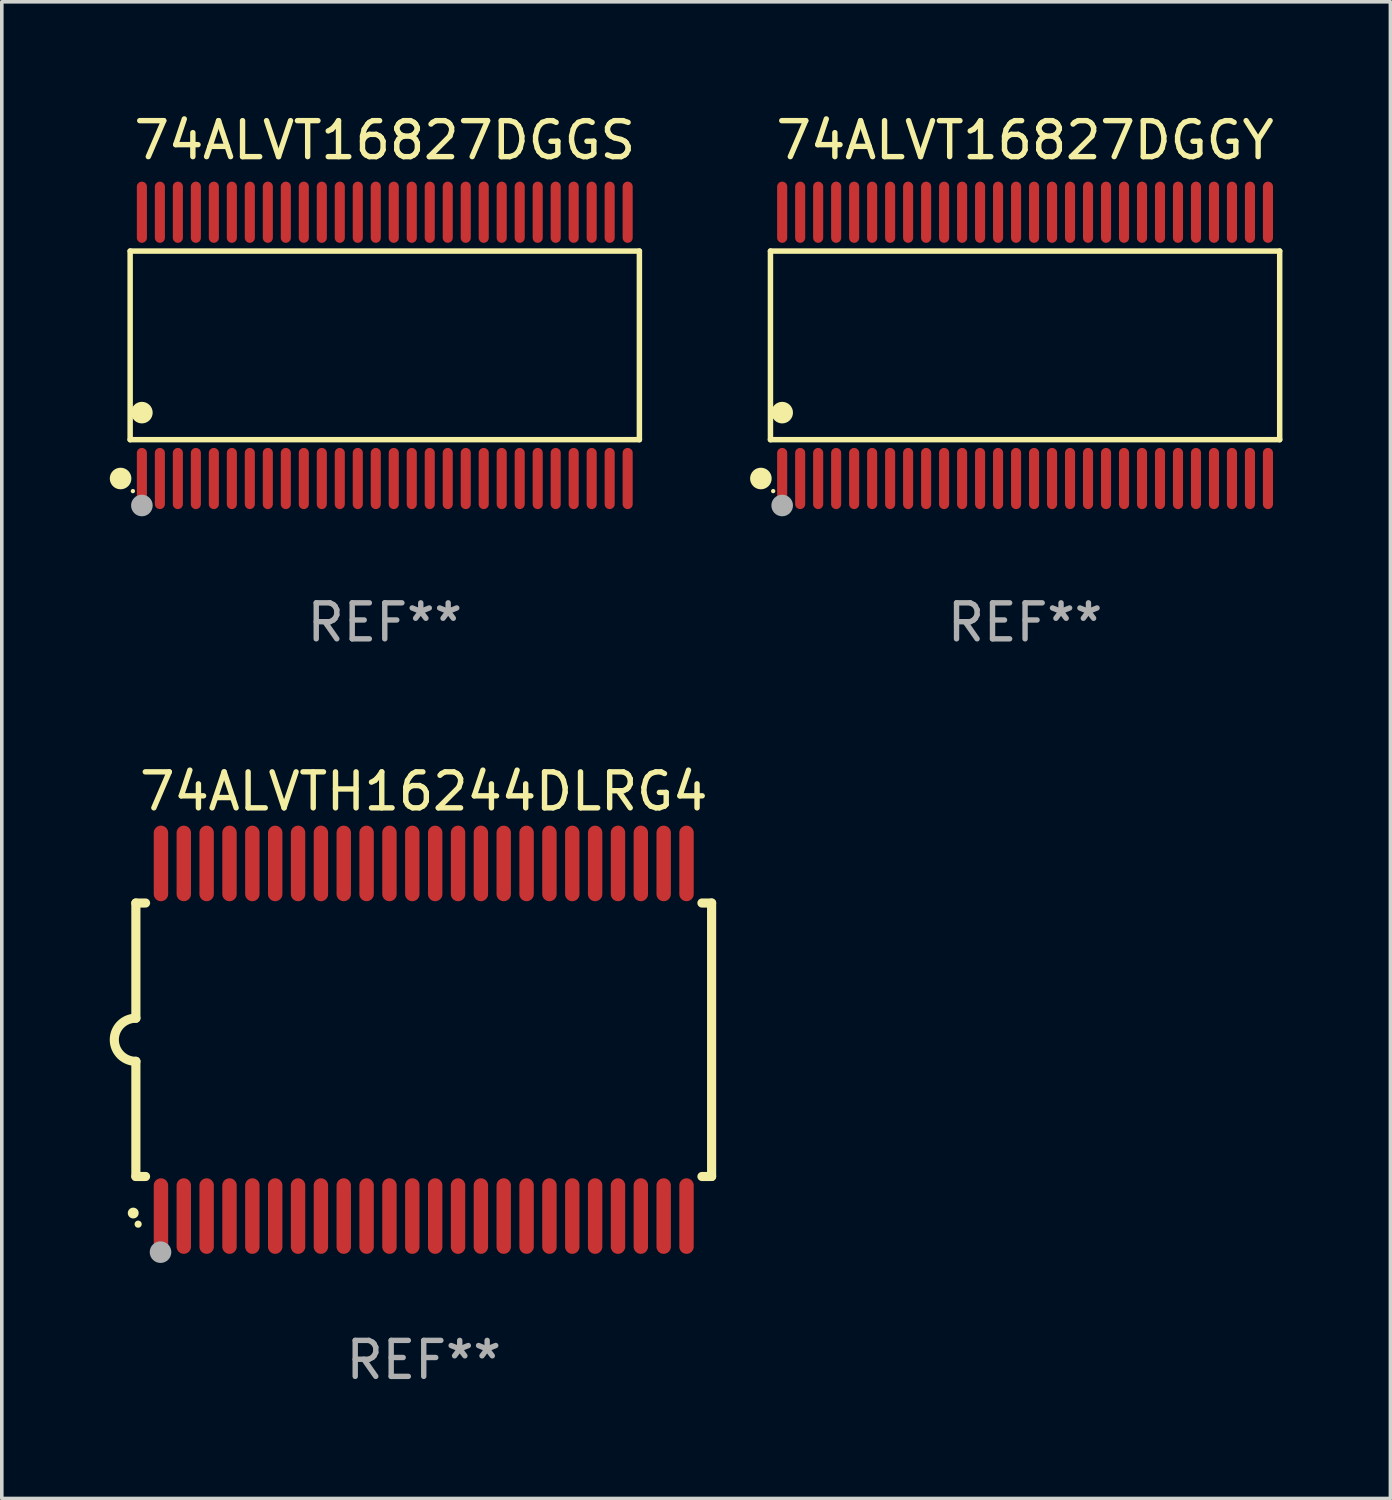
<source format=kicad_pcb>
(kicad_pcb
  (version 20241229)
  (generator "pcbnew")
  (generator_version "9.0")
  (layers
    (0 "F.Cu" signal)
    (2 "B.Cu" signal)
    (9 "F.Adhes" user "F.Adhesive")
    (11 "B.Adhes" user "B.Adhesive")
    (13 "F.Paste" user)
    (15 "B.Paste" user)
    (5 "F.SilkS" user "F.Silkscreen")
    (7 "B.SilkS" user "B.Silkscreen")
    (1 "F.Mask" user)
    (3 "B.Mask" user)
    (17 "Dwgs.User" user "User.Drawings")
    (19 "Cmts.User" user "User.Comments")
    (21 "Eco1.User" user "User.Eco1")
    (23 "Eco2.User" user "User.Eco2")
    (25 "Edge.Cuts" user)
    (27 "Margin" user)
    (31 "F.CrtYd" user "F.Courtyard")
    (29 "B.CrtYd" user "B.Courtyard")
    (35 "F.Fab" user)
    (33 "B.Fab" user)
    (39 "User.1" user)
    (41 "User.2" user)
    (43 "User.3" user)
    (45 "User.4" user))
  (footprint "74ALVTH16244DLRG4"
    (layer "F.Cu")
    (at 8.726 25.845)
    (property "Reference" "74ALVTH16244DLRG4" (at 0 -6.9 0) (layer "F.SilkS") (effects (font (size 1 1) (thickness 0.15))))
    (attr through_hole)
    (fp_line (start -8 -3.8) (end -8 -0.599) (stroke (width 0.254) (type solid)) (layer "F.SilkS"))
    (fp_line (start -8 -3.8) (end -7.731 -3.8) (stroke (width 0.254) (type solid)) (layer "F.SilkS"))
    (fp_line (start -8 3.8) (end -8 0.599) (stroke (width 0.254) (type solid)) (layer "F.SilkS"))
    (fp_line (start -7.731 3.8) (end -8 3.8) (stroke (width 0.254) (type solid)) (layer "F.SilkS"))
    (fp_line (start 7.731 -3.8) (end 8 -3.8) (stroke (width 0.254) (type solid)) (layer "F.SilkS"))
    (fp_line (start 8 -3.8) (end 8 3.8) (stroke (width 0.254) (type solid)) (layer "F.SilkS"))
    (fp_line (start 8 3.8) (end 7.731 3.8) (stroke (width 0.254) (type solid)) (layer "F.SilkS"))
    (fp_arc (start -8.074676 4.81585) (mid -8.073406 4.815845) (end -8.072136 4.81585) (stroke (width 0.3) (type solid)) (layer "F.SilkS"))
    (fp_arc (start -8.000025 0.6) (mid -8.598908 0.00056) (end -8.000027 -0.598882) (stroke (width 0.254001) (type solid)) (layer "F.SilkS"))
    (fp_circle (center -7.937 5.125) (end -7.887 5.125) (stroke (width 0.1) (type solid)) (fill no) (layer "F.SilkS"))
    (fp_circle (center -7.315 5.903) (end -7.165 5.903) (stroke (width 0.3) (type solid)) (fill no) (layer "F.Fab"))
    (fp_text user "REF**" (at 0 8.9 0) (layer "F.Fab") (effects (font (size 1 1) (thickness 0.15))))
    (pad "1" smd oval (at -7.303 4.9) (size 0.4 2.1) (layers "F.Cu" "F.Mask" "F.Paste"))
    (pad "2" smd oval (at -6.668 4.9) (size 0.4 2.1) (layers "F.Cu" "F.Mask" "F.Paste"))
    (pad "3" smd oval (at -6.033 4.9) (size 0.4 2.1) (layers "F.Cu" "F.Mask" "F.Paste"))
    (pad "4" smd oval (at -5.398 4.9) (size 0.4 2.1) (layers "F.Cu" "F.Mask" "F.Paste"))
    (pad "5" smd oval (at -4.763 4.9) (size 0.4 2.1) (layers "F.Cu" "F.Mask" "F.Paste"))
    (pad "6" smd oval (at -4.128 4.9) (size 0.4 2.1) (layers "F.Cu" "F.Mask" "F.Paste"))
    (pad "7" smd oval (at -3.493 4.9) (size 0.4 2.1) (layers "F.Cu" "F.Mask" "F.Paste"))
    (pad "8" smd oval (at -2.858 4.9) (size 0.4 2.1) (layers "F.Cu" "F.Mask" "F.Paste"))
    (pad "9" smd oval (at -2.223 4.9) (size 0.4 2.1) (layers "F.Cu" "F.Mask" "F.Paste"))
    (pad "10" smd oval (at -1.588 4.9) (size 0.4 2.1) (layers "F.Cu" "F.Mask" "F.Paste"))
    (pad "11" smd oval (at -0.953 4.9) (size 0.4 2.1) (layers "F.Cu" "F.Mask" "F.Paste"))
    (pad "12" smd oval (at -0.318 4.9) (size 0.4 2.1) (layers "F.Cu" "F.Mask" "F.Paste"))
    (pad "13" smd oval (at 0.318 4.9) (size 0.4 2.1) (layers "F.Cu" "F.Mask" "F.Paste"))
    (pad "14" smd oval (at 0.953 4.9) (size 0.4 2.1) (layers "F.Cu" "F.Mask" "F.Paste"))
    (pad "15" smd oval (at 1.588 4.9) (size 0.4 2.1) (layers "F.Cu" "F.Mask" "F.Paste"))
    (pad "16" smd oval (at 2.223 4.9) (size 0.4 2.1) (layers "F.Cu" "F.Mask" "F.Paste"))
    (pad "17" smd oval (at 2.858 4.9) (size 0.4 2.1) (layers "F.Cu" "F.Mask" "F.Paste"))
    (pad "18" smd oval (at 3.493 4.9) (size 0.4 2.1) (layers "F.Cu" "F.Mask" "F.Paste"))
    (pad "19" smd oval (at 4.128 4.9) (size 0.4 2.1) (layers "F.Cu" "F.Mask" "F.Paste"))
    (pad "20" smd oval (at 4.763 4.9) (size 0.4 2.1) (layers "F.Cu" "F.Mask" "F.Paste"))
    (pad "21" smd oval (at 5.398 4.9) (size 0.4 2.1) (layers "F.Cu" "F.Mask" "F.Paste"))
    (pad "22" smd oval (at 6.033 4.9) (size 0.4 2.1) (layers "F.Cu" "F.Mask" "F.Paste"))
    (pad "23" smd oval (at 6.668 4.9) (size 0.4 2.1) (layers "F.Cu" "F.Mask" "F.Paste"))
    (pad "24" smd oval (at 7.303 4.9) (size 0.4 2.1) (layers "F.Cu" "F.Mask" "F.Paste"))
    (pad "25" smd oval (at 7.303 -4.9 180) (size 0.4 2.1) (layers "F.Cu" "F.Mask" "F.Paste"))
    (pad "26" smd oval (at 6.668 -4.9 180) (size 0.4 2.1) (layers "F.Cu" "F.Mask" "F.Paste"))
    (pad "27" smd oval (at 6.033 -4.9 180) (size 0.4 2.1) (layers "F.Cu" "F.Mask" "F.Paste"))
    (pad "28" smd oval (at 5.398 -4.9 180) (size 0.4 2.1) (layers "F.Cu" "F.Mask" "F.Paste"))
    (pad "29" smd oval (at 4.763 -4.9 180) (size 0.4 2.1) (layers "F.Cu" "F.Mask" "F.Paste"))
    (pad "30" smd oval (at 4.128 -4.9 180) (size 0.4 2.1) (layers "F.Cu" "F.Mask" "F.Paste"))
    (pad "31" smd oval (at 3.493 -4.9 180) (size 0.4 2.1) (layers "F.Cu" "F.Mask" "F.Paste"))
    (pad "32" smd oval (at 2.858 -4.9 180) (size 0.4 2.1) (layers "F.Cu" "F.Mask" "F.Paste"))
    (pad "33" smd oval (at 2.223 -4.9 180) (size 0.4 2.1) (layers "F.Cu" "F.Mask" "F.Paste"))
    (pad "34" smd oval (at 1.588 -4.9 180) (size 0.4 2.1) (layers "F.Cu" "F.Mask" "F.Paste"))
    (pad "35" smd oval (at 0.953 -4.9 180) (size 0.4 2.1) (layers "F.Cu" "F.Mask" "F.Paste"))
    (pad "36" smd oval (at 0.318 -4.9 180) (size 0.4 2.1) (layers "F.Cu" "F.Mask" "F.Paste"))
    (pad "37" smd oval (at -0.318 -4.9 180) (size 0.4 2.1) (layers "F.Cu" "F.Mask" "F.Paste"))
    (pad "38" smd oval (at -0.953 -4.9 180) (size 0.4 2.1) (layers "F.Cu" "F.Mask" "F.Paste"))
    (pad "39" smd oval (at -1.588 -4.9 180) (size 0.4 2.1) (layers "F.Cu" "F.Mask" "F.Paste"))
    (pad "40" smd oval (at -2.223 -4.9 180) (size 0.4 2.1) (layers "F.Cu" "F.Mask" "F.Paste"))
    (pad "41" smd oval (at -2.858 -4.9 180) (size 0.4 2.1) (layers "F.Cu" "F.Mask" "F.Paste"))
    (pad "42" smd oval (at -3.493 -4.9 180) (size 0.4 2.1) (layers "F.Cu" "F.Mask" "F.Paste"))
    (pad "43" smd oval (at -4.128 -4.9 180) (size 0.4 2.1) (layers "F.Cu" "F.Mask" "F.Paste"))
    (pad "44" smd oval (at -4.763 -4.9 180) (size 0.4 2.1) (layers "F.Cu" "F.Mask" "F.Paste"))
    (pad "45" smd oval (at -5.398 -4.9 180) (size 0.4 2.1) (layers "F.Cu" "F.Mask" "F.Paste"))
    (pad "46" smd oval (at -6.033 -4.9 180) (size 0.4 2.1) (layers "F.Cu" "F.Mask" "F.Paste"))
    (pad "47" smd oval (at -6.668 -4.9 180) (size 0.4 2.1) (layers "F.Cu" "F.Mask" "F.Paste"))
    (pad "48" smd oval (at -7.303 -4.9 180) (size 0.4 2.1) (layers "F.Cu" "F.Mask" "F.Paste")))
  (footprint "74ALVT16827DGGS"
    (layer "F.Cu")
    (at 7.643 6.548)
    (property "Reference" "74ALVT16827DGGS" (at 0 -5.7 0) (layer "F.SilkS") (effects (font (size 1 1) (thickness 0.15))))
    (attr through_hole)
    (fp_line (start -7.076 -2.621) (end 7.076 -2.621) (stroke (width 0.152) (type solid)) (layer "F.SilkS"))
    (fp_line (start -7.076 2.621) (end -7.076 -2.621) (stroke (width 0.152) (type solid)) (layer "F.SilkS"))
    (fp_line (start 7.076 -2.621) (end 7.076 2.621) (stroke (width 0.152) (type solid)) (layer "F.SilkS"))
    (fp_line (start 7.076 2.621) (end -7.076 2.621) (stroke (width 0.152) (type solid)) (layer "F.SilkS"))
    (fp_circle (center -7.342 3.7) (end -7.192 3.7) (stroke (width 0.3) (type solid)) (fill no) (layer "F.SilkS"))
    (fp_circle (center -7 4.05) (end -6.97 4.05) (stroke (width 0.06) (type solid)) (fill no) (layer "F.SilkS"))
    (fp_circle (center -6.75 1.869) (end -6.6 1.869) (stroke (width 0.3) (type solid)) (fill no) (layer "F.SilkS"))
    (fp_circle (center -6.75 4.45) (end -6.6 4.45) (stroke (width 0.3) (type solid)) (fill no) (layer "F.Fab"))
    (fp_text user "REF**" (at 0 7.7 0) (layer "F.Fab") (effects (font (size 1 1) (thickness 0.15))))
    (pad "1" smd oval (at -6.75 3.7) (size 0.28 1.7) (layers "F.Cu" "F.Mask" "F.Paste"))
    (pad "2" smd oval (at -6.25 3.7) (size 0.28 1.7) (layers "F.Cu" "F.Mask" "F.Paste"))
    (pad "3" smd oval (at -5.75 3.7) (size 0.28 1.7) (layers "F.Cu" "F.Mask" "F.Paste"))
    (pad "4" smd oval (at -5.25 3.7) (size 0.28 1.7) (layers "F.Cu" "F.Mask" "F.Paste"))
    (pad "5" smd oval (at -4.75 3.7) (size 0.28 1.7) (layers "F.Cu" "F.Mask" "F.Paste"))
    (pad "6" smd oval (at -4.25 3.7) (size 0.28 1.7) (layers "F.Cu" "F.Mask" "F.Paste"))
    (pad "7" smd oval (at -3.75 3.7) (size 0.28 1.7) (layers "F.Cu" "F.Mask" "F.Paste"))
    (pad "8" smd oval (at -3.25 3.7) (size 0.28 1.7) (layers "F.Cu" "F.Mask" "F.Paste"))
    (pad "9" smd oval (at -2.75 3.7) (size 0.28 1.7) (layers "F.Cu" "F.Mask" "F.Paste"))
    (pad "10" smd oval (at -2.25 3.7) (size 0.28 1.7) (layers "F.Cu" "F.Mask" "F.Paste"))
    (pad "11" smd oval (at -1.75 3.7) (size 0.28 1.7) (layers "F.Cu" "F.Mask" "F.Paste"))
    (pad "12" smd oval (at -1.25 3.7) (size 0.28 1.7) (layers "F.Cu" "F.Mask" "F.Paste"))
    (pad "13" smd oval (at -0.75 3.7) (size 0.28 1.7) (layers "F.Cu" "F.Mask" "F.Paste"))
    (pad "14" smd oval (at -0.25 3.7) (size 0.28 1.7) (layers "F.Cu" "F.Mask" "F.Paste"))
    (pad "15" smd oval (at 0.25 3.7) (size 0.28 1.7) (layers "F.Cu" "F.Mask" "F.Paste"))
    (pad "16" smd oval (at 0.75 3.7) (size 0.28 1.7) (layers "F.Cu" "F.Mask" "F.Paste"))
    (pad "17" smd oval (at 1.25 3.7) (size 0.28 1.7) (layers "F.Cu" "F.Mask" "F.Paste"))
    (pad "18" smd oval (at 1.75 3.7) (size 0.28 1.7) (layers "F.Cu" "F.Mask" "F.Paste"))
    (pad "19" smd oval (at 2.25 3.7) (size 0.28 1.7) (layers "F.Cu" "F.Mask" "F.Paste"))
    (pad "20" smd oval (at 2.75 3.7) (size 0.28 1.7) (layers "F.Cu" "F.Mask" "F.Paste"))
    (pad "21" smd oval (at 3.25 3.7) (size 0.28 1.7) (layers "F.Cu" "F.Mask" "F.Paste"))
    (pad "22" smd oval (at 3.75 3.7) (size 0.28 1.7) (layers "F.Cu" "F.Mask" "F.Paste"))
    (pad "23" smd oval (at 4.25 3.7) (size 0.28 1.7) (layers "F.Cu" "F.Mask" "F.Paste"))
    (pad "24" smd oval (at 4.75 3.7) (size 0.28 1.7) (layers "F.Cu" "F.Mask" "F.Paste"))
    (pad "25" smd oval (at 5.25 3.7) (size 0.28 1.7) (layers "F.Cu" "F.Mask" "F.Paste"))
    (pad "26" smd oval (at 5.75 3.7) (size 0.28 1.7) (layers "F.Cu" "F.Mask" "F.Paste"))
    (pad "27" smd oval (at 6.25 3.7) (size 0.28 1.7) (layers "F.Cu" "F.Mask" "F.Paste"))
    (pad "28" smd oval (at 6.75 3.7) (size 0.28 1.7) (layers "F.Cu" "F.Mask" "F.Paste"))
    (pad "29" smd oval (at 6.75 -3.7) (size 0.28 1.7) (layers "F.Cu" "F.Mask" "F.Paste"))
    (pad "30" smd oval (at 6.25 -3.7) (size 0.28 1.7) (layers "F.Cu" "F.Mask" "F.Paste"))
    (pad "31" smd oval (at 5.75 -3.7) (size 0.28 1.7) (layers "F.Cu" "F.Mask" "F.Paste"))
    (pad "32" smd oval (at 5.25 -3.7) (size 0.28 1.7) (layers "F.Cu" "F.Mask" "F.Paste"))
    (pad "33" smd oval (at 4.75 -3.7) (size 0.28 1.7) (layers "F.Cu" "F.Mask" "F.Paste"))
    (pad "34" smd oval (at 4.25 -3.7) (size 0.28 1.7) (layers "F.Cu" "F.Mask" "F.Paste"))
    (pad "35" smd oval (at 3.75 -3.7) (size 0.28 1.7) (layers "F.Cu" "F.Mask" "F.Paste"))
    (pad "36" smd oval (at 3.25 -3.7) (size 0.28 1.7) (layers "F.Cu" "F.Mask" "F.Paste"))
    (pad "37" smd oval (at 2.75 -3.7) (size 0.28 1.7) (layers "F.Cu" "F.Mask" "F.Paste"))
    (pad "38" smd oval (at 2.25 -3.7) (size 0.28 1.7) (layers "F.Cu" "F.Mask" "F.Paste"))
    (pad "39" smd oval (at 1.75 -3.7) (size 0.28 1.7) (layers "F.Cu" "F.Mask" "F.Paste"))
    (pad "40" smd oval (at 1.25 -3.7) (size 0.28 1.7) (layers "F.Cu" "F.Mask" "F.Paste"))
    (pad "41" smd oval (at 0.75 -3.7) (size 0.28 1.7) (layers "F.Cu" "F.Mask" "F.Paste"))
    (pad "42" smd oval (at 0.25 -3.7) (size 0.28 1.7) (layers "F.Cu" "F.Mask" "F.Paste"))
    (pad "43" smd oval (at -0.25 -3.7) (size 0.28 1.7) (layers "F.Cu" "F.Mask" "F.Paste"))
    (pad "44" smd oval (at -0.75 -3.7) (size 0.28 1.7) (layers "F.Cu" "F.Mask" "F.Paste"))
    (pad "45" smd oval (at -1.25 -3.7) (size 0.28 1.7) (layers "F.Cu" "F.Mask" "F.Paste"))
    (pad "46" smd oval (at -1.75 -3.7) (size 0.28 1.7) (layers "F.Cu" "F.Mask" "F.Paste"))
    (pad "47" smd oval (at -2.25 -3.7) (size 0.28 1.7) (layers "F.Cu" "F.Mask" "F.Paste"))
    (pad "48" smd oval (at -2.75 -3.7) (size 0.28 1.7) (layers "F.Cu" "F.Mask" "F.Paste"))
    (pad "49" smd oval (at -3.25 -3.7) (size 0.28 1.7) (layers "F.Cu" "F.Mask" "F.Paste"))
    (pad "50" smd oval (at -3.75 -3.7) (size 0.28 1.7) (layers "F.Cu" "F.Mask" "F.Paste"))
    (pad "51" smd oval (at -4.25 -3.7) (size 0.28 1.7) (layers "F.Cu" "F.Mask" "F.Paste"))
    (pad "52" smd oval (at -4.75 -3.7) (size 0.28 1.7) (layers "F.Cu" "F.Mask" "F.Paste"))
    (pad "53" smd oval (at -5.25 -3.7) (size 0.28 1.7) (layers "F.Cu" "F.Mask" "F.Paste"))
    (pad "54" smd oval (at -5.75 -3.7) (size 0.28 1.7) (layers "F.Cu" "F.Mask" "F.Paste"))
    (pad "55" smd oval (at -6.25 -3.7) (size 0.28 1.7) (layers "F.Cu" "F.Mask" "F.Paste"))
    (pad "56" smd oval (at -6.75 -3.7) (size 0.28 1.7) (layers "F.Cu" "F.Mask" "F.Paste")))
  (footprint "74ALVT16827DGGY"
    (layer "F.Cu")
    (at 25.437 6.548)
    (property "Reference" "74ALVT16827DGGY" (at 0 -5.7 0) (layer "F.SilkS") (effects (font (size 1 1) (thickness 0.15))))
    (attr through_hole)
    (fp_line (start -7.076 -2.621) (end 7.076 -2.621) (stroke (width 0.152) (type solid)) (layer "F.SilkS"))
    (fp_line (start -7.076 2.621) (end -7.076 -2.621) (stroke (width 0.152) (type solid)) (layer "F.SilkS"))
    (fp_line (start 7.076 -2.621) (end 7.076 2.621) (stroke (width 0.152) (type solid)) (layer "F.SilkS"))
    (fp_line (start 7.076 2.621) (end -7.076 2.621) (stroke (width 0.152) (type solid)) (layer "F.SilkS"))
    (fp_circle (center -7.342 3.7) (end -7.192 3.7) (stroke (width 0.3) (type solid)) (fill no) (layer "F.SilkS"))
    (fp_circle (center -7 4.05) (end -6.97 4.05) (stroke (width 0.06) (type solid)) (fill no) (layer "F.SilkS"))
    (fp_circle (center -6.75 1.869) (end -6.6 1.869) (stroke (width 0.3) (type solid)) (fill no) (layer "F.SilkS"))
    (fp_circle (center -6.75 4.45) (end -6.6 4.45) (stroke (width 0.3) (type solid)) (fill no) (layer "F.Fab"))
    (fp_text user "REF**" (at 0 7.7 0) (layer "F.Fab") (effects (font (size 1 1) (thickness 0.15))))
    (pad "1" smd oval (at -6.75 3.7) (size 0.28 1.7) (layers "F.Cu" "F.Mask" "F.Paste"))
    (pad "2" smd oval (at -6.25 3.7) (size 0.28 1.7) (layers "F.Cu" "F.Mask" "F.Paste"))
    (pad "3" smd oval (at -5.75 3.7) (size 0.28 1.7) (layers "F.Cu" "F.Mask" "F.Paste"))
    (pad "4" smd oval (at -5.25 3.7) (size 0.28 1.7) (layers "F.Cu" "F.Mask" "F.Paste"))
    (pad "5" smd oval (at -4.75 3.7) (size 0.28 1.7) (layers "F.Cu" "F.Mask" "F.Paste"))
    (pad "6" smd oval (at -4.25 3.7) (size 0.28 1.7) (layers "F.Cu" "F.Mask" "F.Paste"))
    (pad "7" smd oval (at -3.75 3.7) (size 0.28 1.7) (layers "F.Cu" "F.Mask" "F.Paste"))
    (pad "8" smd oval (at -3.25 3.7) (size 0.28 1.7) (layers "F.Cu" "F.Mask" "F.Paste"))
    (pad "9" smd oval (at -2.75 3.7) (size 0.28 1.7) (layers "F.Cu" "F.Mask" "F.Paste"))
    (pad "10" smd oval (at -2.25 3.7) (size 0.28 1.7) (layers "F.Cu" "F.Mask" "F.Paste"))
    (pad "11" smd oval (at -1.75 3.7) (size 0.28 1.7) (layers "F.Cu" "F.Mask" "F.Paste"))
    (pad "12" smd oval (at -1.25 3.7) (size 0.28 1.7) (layers "F.Cu" "F.Mask" "F.Paste"))
    (pad "13" smd oval (at -0.75 3.7) (size 0.28 1.7) (layers "F.Cu" "F.Mask" "F.Paste"))
    (pad "14" smd oval (at -0.25 3.7) (size 0.28 1.7) (layers "F.Cu" "F.Mask" "F.Paste"))
    (pad "15" smd oval (at 0.25 3.7) (size 0.28 1.7) (layers "F.Cu" "F.Mask" "F.Paste"))
    (pad "16" smd oval (at 0.75 3.7) (size 0.28 1.7) (layers "F.Cu" "F.Mask" "F.Paste"))
    (pad "17" smd oval (at 1.25 3.7) (size 0.28 1.7) (layers "F.Cu" "F.Mask" "F.Paste"))
    (pad "18" smd oval (at 1.75 3.7) (size 0.28 1.7) (layers "F.Cu" "F.Mask" "F.Paste"))
    (pad "19" smd oval (at 2.25 3.7) (size 0.28 1.7) (layers "F.Cu" "F.Mask" "F.Paste"))
    (pad "20" smd oval (at 2.75 3.7) (size 0.28 1.7) (layers "F.Cu" "F.Mask" "F.Paste"))
    (pad "21" smd oval (at 3.25 3.7) (size 0.28 1.7) (layers "F.Cu" "F.Mask" "F.Paste"))
    (pad "22" smd oval (at 3.75 3.7) (size 0.28 1.7) (layers "F.Cu" "F.Mask" "F.Paste"))
    (pad "23" smd oval (at 4.25 3.7) (size 0.28 1.7) (layers "F.Cu" "F.Mask" "F.Paste"))
    (pad "24" smd oval (at 4.75 3.7) (size 0.28 1.7) (layers "F.Cu" "F.Mask" "F.Paste"))
    (pad "25" smd oval (at 5.25 3.7) (size 0.28 1.7) (layers "F.Cu" "F.Mask" "F.Paste"))
    (pad "26" smd oval (at 5.75 3.7) (size 0.28 1.7) (layers "F.Cu" "F.Mask" "F.Paste"))
    (pad "27" smd oval (at 6.25 3.7) (size 0.28 1.7) (layers "F.Cu" "F.Mask" "F.Paste"))
    (pad "28" smd oval (at 6.75 3.7) (size 0.28 1.7) (layers "F.Cu" "F.Mask" "F.Paste"))
    (pad "29" smd oval (at 6.75 -3.7) (size 0.28 1.7) (layers "F.Cu" "F.Mask" "F.Paste"))
    (pad "30" smd oval (at 6.25 -3.7) (size 0.28 1.7) (layers "F.Cu" "F.Mask" "F.Paste"))
    (pad "31" smd oval (at 5.75 -3.7) (size 0.28 1.7) (layers "F.Cu" "F.Mask" "F.Paste"))
    (pad "32" smd oval (at 5.25 -3.7) (size 0.28 1.7) (layers "F.Cu" "F.Mask" "F.Paste"))
    (pad "33" smd oval (at 4.75 -3.7) (size 0.28 1.7) (layers "F.Cu" "F.Mask" "F.Paste"))
    (pad "34" smd oval (at 4.25 -3.7) (size 0.28 1.7) (layers "F.Cu" "F.Mask" "F.Paste"))
    (pad "35" smd oval (at 3.75 -3.7) (size 0.28 1.7) (layers "F.Cu" "F.Mask" "F.Paste"))
    (pad "36" smd oval (at 3.25 -3.7) (size 0.28 1.7) (layers "F.Cu" "F.Mask" "F.Paste"))
    (pad "37" smd oval (at 2.75 -3.7) (size 0.28 1.7) (layers "F.Cu" "F.Mask" "F.Paste"))
    (pad "38" smd oval (at 2.25 -3.7) (size 0.28 1.7) (layers "F.Cu" "F.Mask" "F.Paste"))
    (pad "39" smd oval (at 1.75 -3.7) (size 0.28 1.7) (layers "F.Cu" "F.Mask" "F.Paste"))
    (pad "40" smd oval (at 1.25 -3.7) (size 0.28 1.7) (layers "F.Cu" "F.Mask" "F.Paste"))
    (pad "41" smd oval (at 0.75 -3.7) (size 0.28 1.7) (layers "F.Cu" "F.Mask" "F.Paste"))
    (pad "42" smd oval (at 0.25 -3.7) (size 0.28 1.7) (layers "F.Cu" "F.Mask" "F.Paste"))
    (pad "43" smd oval (at -0.25 -3.7) (size 0.28 1.7) (layers "F.Cu" "F.Mask" "F.Paste"))
    (pad "44" smd oval (at -0.75 -3.7) (size 0.28 1.7) (layers "F.Cu" "F.Mask" "F.Paste"))
    (pad "45" smd oval (at -1.25 -3.7) (size 0.28 1.7) (layers "F.Cu" "F.Mask" "F.Paste"))
    (pad "46" smd oval (at -1.75 -3.7) (size 0.28 1.7) (layers "F.Cu" "F.Mask" "F.Paste"))
    (pad "47" smd oval (at -2.25 -3.7) (size 0.28 1.7) (layers "F.Cu" "F.Mask" "F.Paste"))
    (pad "48" smd oval (at -2.75 -3.7) (size 0.28 1.7) (layers "F.Cu" "F.Mask" "F.Paste"))
    (pad "49" smd oval (at -3.25 -3.7) (size 0.28 1.7) (layers "F.Cu" "F.Mask" "F.Paste"))
    (pad "50" smd oval (at -3.75 -3.7) (size 0.28 1.7) (layers "F.Cu" "F.Mask" "F.Paste"))
    (pad "51" smd oval (at -4.25 -3.7) (size 0.28 1.7) (layers "F.Cu" "F.Mask" "F.Paste"))
    (pad "52" smd oval (at -4.75 -3.7) (size 0.28 1.7) (layers "F.Cu" "F.Mask" "F.Paste"))
    (pad "53" smd oval (at -5.25 -3.7) (size 0.28 1.7) (layers "F.Cu" "F.Mask" "F.Paste"))
    (pad "54" smd oval (at -5.75 -3.7) (size 0.28 1.7) (layers "F.Cu" "F.Mask" "F.Paste"))
    (pad "55" smd oval (at -6.25 -3.7) (size 0.28 1.7) (layers "F.Cu" "F.Mask" "F.Paste"))
    (pad "56" smd oval (at -6.75 -3.7) (size 0.28 1.7) (layers "F.Cu" "F.Mask" "F.Paste")))
  (gr_rect
    (start -3 -3)
    (end 35.59 38.593)
    (stroke (width 0.1) (type default))
    (fill no)
    (layer "Edge.Cuts")))
</source>
